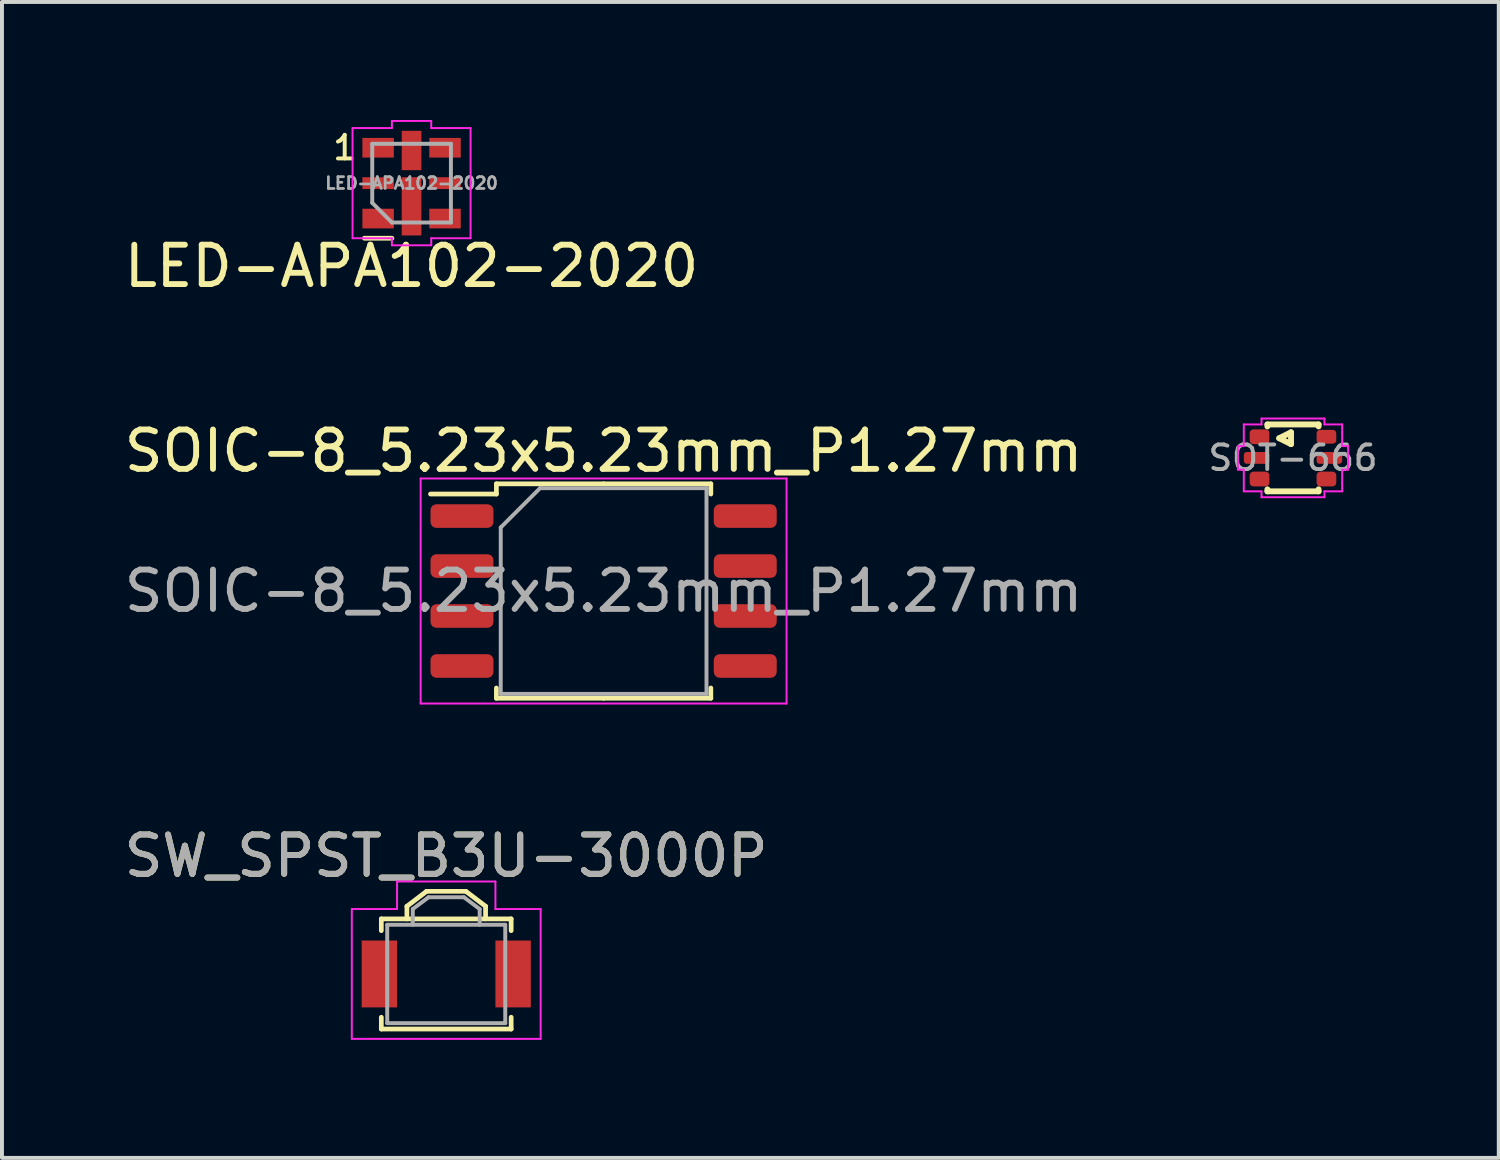
<source format=kicad_pcb>
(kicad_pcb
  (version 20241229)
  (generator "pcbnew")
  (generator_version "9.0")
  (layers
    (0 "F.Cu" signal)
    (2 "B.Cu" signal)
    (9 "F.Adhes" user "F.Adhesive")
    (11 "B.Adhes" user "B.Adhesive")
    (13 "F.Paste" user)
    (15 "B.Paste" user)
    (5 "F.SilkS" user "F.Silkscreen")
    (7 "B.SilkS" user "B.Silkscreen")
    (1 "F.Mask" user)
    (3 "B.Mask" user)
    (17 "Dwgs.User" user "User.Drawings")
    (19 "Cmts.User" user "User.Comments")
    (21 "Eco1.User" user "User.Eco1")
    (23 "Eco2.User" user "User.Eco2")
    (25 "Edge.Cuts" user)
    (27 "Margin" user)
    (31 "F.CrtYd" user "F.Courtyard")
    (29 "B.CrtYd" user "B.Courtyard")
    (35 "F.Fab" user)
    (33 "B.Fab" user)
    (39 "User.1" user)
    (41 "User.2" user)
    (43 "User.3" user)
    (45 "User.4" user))
  (footprint "LED-APA102-2020"
    (layer "F.Cu")
    (at 7.411 1.605)
    (property "Reference" "LED-APA102-2020" (at 0 2.11 0) (layer "F.SilkS") (effects (font (size 1 1) (thickness 0.15))))
    (attr smd)
    (fp_line (start -1.2 1.4) (end -0.5 1.4) (stroke (width 0.12) (type solid)) (layer "F.SilkS"))
    (fp_line (start -1.5 -1.4) (end -1.5 1.4) (stroke (width 0.05) (type solid)) (layer "F.CrtYd"))
    (fp_line (start -1.5 -1.4) (end -0.5 -1.4) (stroke (width 0.05) (type solid)) (layer "F.CrtYd"))
    (fp_line (start -0.5 -1.58) (end 0.5 -1.58) (stroke (width 0.05) (type solid)) (layer "F.CrtYd"))
    (fp_line (start -0.5 -1.4) (end -0.5 -1.58) (stroke (width 0.05) (type solid)) (layer "F.CrtYd"))
    (fp_line (start -0.5 1.4) (end -1.5 1.4) (stroke (width 0.05) (type solid)) (layer "F.CrtYd"))
    (fp_line (start -0.5 1.4) (end -0.5 1.58) (stroke (width 0.05) (type solid)) (layer "F.CrtYd"))
    (fp_line (start -0.5 1.58) (end 0.5 1.58) (stroke (width 0.05) (type solid)) (layer "F.CrtYd"))
    (fp_line (start 0.5 -1.58) (end 0.5 -1.4) (stroke (width 0.05) (type solid)) (layer "F.CrtYd"))
    (fp_line (start 0.5 -1.4) (end 1.5 -1.4) (stroke (width 0.05) (type solid)) (layer "F.CrtYd"))
    (fp_line (start 0.5 1.58) (end 0.5 1.4) (stroke (width 0.05) (type solid)) (layer "F.CrtYd"))
    (fp_line (start 1.5 -1.4) (end 1.5 1.4) (stroke (width 0.05) (type solid)) (layer "F.CrtYd"))
    (fp_line (start 1.5 1.4) (end 0.5 1.4) (stroke (width 0.05) (type solid)) (layer "F.CrtYd"))
    (fp_line (start -1 -1) (end 1 -1) (stroke (width 0.1) (type solid)) (layer "F.Fab"))
    (fp_line (start -1 0.5) (end -1 -1) (stroke (width 0.1) (type solid)) (layer "F.Fab"))
    (fp_line (start -1 0.5) (end -0.5 1) (stroke (width 0.1) (type solid)) (layer "F.Fab"))
    (fp_line (start 1 -1) (end 1 1) (stroke (width 0.1) (type solid)) (layer "F.Fab"))
    (fp_line (start 1 1) (end -0.5 1) (stroke (width 0.1) (type solid)) (layer "F.Fab"))
    (fp_text user "1" (at -1.7 -0.9 0) (layer "F.SilkS") (effects (font (size 0.6 0.6) (thickness 0.1))))
    (fp_text user "${REFERENCE}" (at 0 0 0) (layer "F.Fab") (effects (font (size 0.3 0.3) (thickness 0.07))))
    (pad "1" smd rect (at -0.85 -0.9) (size 0.8 0.5) (layers "F.Cu" "F.Mask" "F.Paste"))
    (pad "1" smd rect (at 0 -0.83 90) (size 1 0.5) (layers "F.Cu" "F.Mask" "F.Paste"))
    (pad "2" smd rect (at -0.85 0) (size 0.8 0.3) (layers "F.Cu" "F.Mask" "F.Paste"))
    (pad "3" smd rect (at -0.85 0.9) (size 0.8 0.5) (layers "F.Cu" "F.Mask" "F.Paste"))
    (pad "4" smd rect (at 0.85 0.9) (size 0.8 0.5) (layers "F.Cu" "F.Mask" "F.Paste"))
    (pad "5" smd rect (at 0.85 0) (size 0.8 0.3) (layers "F.Cu" "F.Mask" "F.Paste"))
    (pad "6" smd rect (at 0 0.59 90) (size 1.48 0.5) (layers "F.Cu" "F.Mask" "F.Paste"))
    (pad "6" smd rect (at 0.85 -0.9) (size 0.8 0.5) (layers "F.Cu" "F.Mask" "F.Paste")))
  (footprint "SW_SPST_B3U-3000P"
    (layer "F.Cu")
    (at 8.292 21.705)
    (property "Reference" "SW_SPST_B3U-3000P" (at 0 -3 0) (layer "F.SilkS") (effects (font (size 1 1) (thickness 0.15))))
    (attr smd)
    (fp_line (start -1.65 -1.4) (end 1.65 -1.4) (stroke (width 0.12) (type solid)) (layer "F.SilkS"))
    (fp_line (start -1.65 -1.1) (end -1.65 -1.4) (stroke (width 0.12) (type solid)) (layer "F.SilkS"))
    (fp_line (start -1.65 1.1) (end -1.65 1.4) (stroke (width 0.12) (type solid)) (layer "F.SilkS"))
    (fp_line (start -1.65 1.4) (end 1.65 1.4) (stroke (width 0.12) (type solid)) (layer "F.SilkS"))
    (fp_line (start -1 -1.72) (end -1 -1.4) (stroke (width 0.12) (type solid)) (layer "F.SilkS"))
    (fp_line (start -0.5 -2.1) (end -1 -1.72) (stroke (width 0.12) (type solid)) (layer "F.SilkS"))
    (fp_line (start -0.5 -2.1) (end 0.5 -2.1) (stroke (width 0.12) (type solid)) (layer "F.SilkS"))
    (fp_line (start 0.5 -2.1) (end 1 -1.72) (stroke (width 0.12) (type solid)) (layer "F.SilkS"))
    (fp_line (start 1 -1.72) (end 1 -1.4) (stroke (width 0.12) (type solid)) (layer "F.SilkS"))
    (fp_line (start 1.65 -1.4) (end 1.65 -1.1) (stroke (width 0.12) (type solid)) (layer "F.SilkS"))
    (fp_line (start 1.65 1.4) (end 1.65 1.1) (stroke (width 0.12) (type solid)) (layer "F.SilkS"))
    (fp_line (start -2.4 -1.65) (end -2.4 1.65) (stroke (width 0.05) (type solid)) (layer "F.CrtYd"))
    (fp_line (start -2.4 1.65) (end 2.4 1.65) (stroke (width 0.05) (type solid)) (layer "F.CrtYd"))
    (fp_line (start -1.25 -2.35) (end 1.25 -2.35) (stroke (width 0.05) (type solid)) (layer "F.CrtYd"))
    (fp_line (start -1.25 -1.65) (end -2.4 -1.65) (stroke (width 0.05) (type solid)) (layer "F.CrtYd"))
    (fp_line (start -1.25 -1.65) (end -1.25 -2.35) (stroke (width 0.05) (type solid)) (layer "F.CrtYd"))
    (fp_line (start 1.25 -2.35) (end 1.25 -1.65) (stroke (width 0.05) (type solid)) (layer "F.CrtYd"))
    (fp_line (start 1.25 -1.65) (end 2.4 -1.65) (stroke (width 0.05) (type solid)) (layer "F.CrtYd"))
    (fp_line (start 2.4 1.65) (end 2.4 -1.65) (stroke (width 0.05) (type solid)) (layer "F.CrtYd"))
    (fp_line (start -1.5 -1.25) (end 1.5 -1.25) (stroke (width 0.1) (type solid)) (layer "F.Fab"))
    (fp_line (start -1.5 1.25) (end -1.5 -1.25) (stroke (width 0.1) (type solid)) (layer "F.Fab"))
    (fp_line (start -0.85 -1.65) (end -0.45 -1.95) (stroke (width 0.1) (type solid)) (layer "F.Fab"))
    (fp_line (start -0.85 -1.25) (end -0.85 -1.65) (stroke (width 0.1) (type solid)) (layer "F.Fab"))
    (fp_line (start -0.45 -1.95) (end 0.45 -1.95) (stroke (width 0.1) (type solid)) (layer "F.Fab"))
    (fp_line (start 0.45 -1.95) (end 0.85 -1.65) (stroke (width 0.1) (type solid)) (layer "F.Fab"))
    (fp_line (start 0.85 -1.65) (end 0.85 -1.25) (stroke (width 0.1) (type solid)) (layer "F.Fab"))
    (fp_line (start 1.5 -1.25) (end 1.5 1.25) (stroke (width 0.1) (type solid)) (layer "F.Fab"))
    (fp_line (start 1.5 1.25) (end -1.5 1.25) (stroke (width 0.1) (type solid)) (layer "F.Fab"))
    (fp_text user "${REFERENCE}" (at 0 -3 0) (layer "F.Fab") (effects (font (size 1 1) (thickness 0.15))))
    (pad "1" smd rect (at -1.7 0) (size 0.9 1.7) (layers "F.Cu" "F.Mask" "F.Paste"))
    (pad "2" smd rect (at 1.7 0) (size 0.9 1.7) (layers "F.Cu" "F.Mask" "F.Paste")))
  (footprint "SOIC-8_5.23x5.23mm_P1.27mm"
    (layer "F.Cu")
    (at 12.292 11.972)
    (property "Reference" "SOIC-8_5.23x5.23mm_P1.27mm" (at 0 -3.56 0) (layer "F.SilkS") (effects (font (size 1 1) (thickness 0.15))))
    (attr smd)
    (fp_line (start -2.725 -2.725) (end -2.725 -2.465) (stroke (width 0.12) (type solid)) (layer "F.SilkS"))
    (fp_line (start -2.725 -2.465) (end -4.4 -2.465) (stroke (width 0.12) (type solid)) (layer "F.SilkS"))
    (fp_line (start -2.725 2.725) (end -2.725 2.465) (stroke (width 0.12) (type solid)) (layer "F.SilkS"))
    (fp_line (start 0 -2.725) (end -2.725 -2.725) (stroke (width 0.12) (type solid)) (layer "F.SilkS"))
    (fp_line (start 0 -2.725) (end 2.725 -2.725) (stroke (width 0.12) (type solid)) (layer "F.SilkS"))
    (fp_line (start 0 2.725) (end -2.725 2.725) (stroke (width 0.12) (type solid)) (layer "F.SilkS"))
    (fp_line (start 0 2.725) (end 2.725 2.725) (stroke (width 0.12) (type solid)) (layer "F.SilkS"))
    (fp_line (start 2.725 -2.725) (end 2.725 -2.465) (stroke (width 0.12) (type solid)) (layer "F.SilkS"))
    (fp_line (start 2.725 2.725) (end 2.725 2.465) (stroke (width 0.12) (type solid)) (layer "F.SilkS"))
    (fp_line (start -4.65 -2.86) (end -4.65 2.86) (stroke (width 0.05) (type solid)) (layer "F.CrtYd"))
    (fp_line (start -4.65 2.86) (end 4.65 2.86) (stroke (width 0.05) (type solid)) (layer "F.CrtYd"))
    (fp_line (start 4.65 -2.86) (end -4.65 -2.86) (stroke (width 0.05) (type solid)) (layer "F.CrtYd"))
    (fp_line (start 4.65 2.86) (end 4.65 -2.86) (stroke (width 0.05) (type solid)) (layer "F.CrtYd"))
    (fp_line (start -2.615 -1.615) (end -1.615 -2.615) (stroke (width 0.1) (type solid)) (layer "F.Fab"))
    (fp_line (start -2.615 2.615) (end -2.615 -1.615) (stroke (width 0.1) (type solid)) (layer "F.Fab"))
    (fp_line (start -1.615 -2.615) (end 2.615 -2.615) (stroke (width 0.1) (type solid)) (layer "F.Fab"))
    (fp_line (start 2.615 -2.615) (end 2.615 2.615) (stroke (width 0.1) (type solid)) (layer "F.Fab"))
    (fp_line (start 2.615 2.615) (end -2.615 2.615) (stroke (width 0.1) (type solid)) (layer "F.Fab"))
    (fp_text user "${REFERENCE}" (at 0 0 0) (layer "F.Fab") (effects (font (size 1 1) (thickness 0.15))))
    (pad "1" smd roundrect (at -3.6 -1.905) (size 1.6 0.6) (layers "F.Cu" "F.Mask" "F.Paste") (roundrect_rratio 0.25))
    (pad "2" smd roundrect (at -3.6 -0.635) (size 1.6 0.6) (layers "F.Cu" "F.Mask" "F.Paste") (roundrect_rratio 0.25))
    (pad "3" smd roundrect (at -3.6 0.635) (size 1.6 0.6) (layers "F.Cu" "F.Mask" "F.Paste") (roundrect_rratio 0.25))
    (pad "4" smd roundrect (at -3.6 1.905) (size 1.6 0.6) (layers "F.Cu" "F.Mask" "F.Paste") (roundrect_rratio 0.25))
    (pad "5" smd roundrect (at 3.6 1.905) (size 1.6 0.6) (layers "F.Cu" "F.Mask" "F.Paste") (roundrect_rratio 0.25))
    (pad "6" smd roundrect (at 3.6 0.635) (size 1.6 0.6) (layers "F.Cu" "F.Mask" "F.Paste") (roundrect_rratio 0.25))
    (pad "7" smd roundrect (at 3.6 -0.635) (size 1.6 0.6) (layers "F.Cu" "F.Mask" "F.Paste") (roundrect_rratio 0.25))
    (pad "8" smd roundrect (at 3.6 -1.905) (size 1.6 0.6) (layers "F.Cu" "F.Mask" "F.Paste") (roundrect_rratio 0.25)))
  (footprint "SOT-666"
    (layer "F.Cu")
    (at 29.814 8.588)
    (property "Reference" "SOT-666" (at 0 0 180) (layer "F.Fab") (effects (font (size 0.625 0.625) (thickness 0.1))))
    (attr smd)
    (fp_line (start -0.65 -0.85) (end 0.65 -0.85) (stroke (width 0.15) (type solid)) (layer "F.SilkS"))
    (fp_line (start -0.65 -0.8) (end -0.65 -0.85) (stroke (width 0.15) (type solid)) (layer "F.SilkS"))
    (fp_line (start -0.65 0.85) (end -0.65 0.8) (stroke (width 0.15) (type solid)) (layer "F.SilkS"))
    (fp_line (start -0.35 -0.5) (end -0.05 -0.65) (stroke (width 0.15) (type solid)) (layer "F.SilkS"))
    (fp_line (start -0.05 -0.65) (end -0.05 -0.35) (stroke (width 0.15) (type solid)) (layer "F.SilkS"))
    (fp_line (start -0.05 -0.35) (end -0.35 -0.5) (stroke (width 0.15) (type solid)) (layer "F.SilkS"))
    (fp_line (start 0.65 -0.85) (end 0.65 -0.8) (stroke (width 0.15) (type solid)) (layer "F.SilkS"))
    (fp_line (start 0.65 0.8) (end 0.65 0.85) (stroke (width 0.15) (type solid)) (layer "F.SilkS"))
    (fp_line (start 0.65 0.85) (end -0.65 0.85) (stroke (width 0.15) (type solid)) (layer "F.SilkS"))
    (fp_line (start -1.4 -0.3) (end -1.4 0.3) (stroke (width 0.05) (type solid)) (layer "F.CrtYd"))
    (fp_line (start -1.25 -0.85) (end -1.25 -0.3) (stroke (width 0.05) (type solid)) (layer "F.CrtYd"))
    (fp_line (start -1.25 -0.85) (end -0.8 -0.85) (stroke (width 0.05) (type solid)) (layer "F.CrtYd"))
    (fp_line (start -1.25 -0.3) (end -1.4 -0.3) (stroke (width 0.05) (type solid)) (layer "F.CrtYd"))
    (fp_line (start -1.25 0.3) (end -1.4 0.3) (stroke (width 0.05) (type solid)) (layer "F.CrtYd"))
    (fp_line (start -1.25 0.85) (end -1.25 0.3) (stroke (width 0.05) (type solid)) (layer "F.CrtYd"))
    (fp_line (start -0.8 -1) (end 0.8 -1) (stroke (width 0.05) (type solid)) (layer "F.CrtYd"))
    (fp_line (start -0.8 -0.85) (end -0.8 -1) (stroke (width 0.05) (type solid)) (layer "F.CrtYd"))
    (fp_line (start -0.8 0.85) (end -1.25 0.85) (stroke (width 0.05) (type solid)) (layer "F.CrtYd"))
    (fp_line (start -0.8 1) (end -0.8 0.85) (stroke (width 0.05) (type solid)) (layer "F.CrtYd"))
    (fp_line (start 0.8 -1) (end 0.8 -0.85) (stroke (width 0.05) (type solid)) (layer "F.CrtYd"))
    (fp_line (start 0.8 -0.85) (end 1.25 -0.85) (stroke (width 0.05) (type solid)) (layer "F.CrtYd"))
    (fp_line (start 0.8 0.85) (end 0.8 1) (stroke (width 0.05) (type solid)) (layer "F.CrtYd"))
    (fp_line (start 0.8 1) (end -0.8 1) (stroke (width 0.05) (type solid)) (layer "F.CrtYd"))
    (fp_line (start 1.25 -0.85) (end 1.25 -0.3) (stroke (width 0.05) (type solid)) (layer "F.CrtYd"))
    (fp_line (start 1.25 -0.3) (end 1.4 -0.3) (stroke (width 0.05) (type solid)) (layer "F.CrtYd"))
    (fp_line (start 1.25 0.3) (end 1.25 0.85) (stroke (width 0.05) (type solid)) (layer "F.CrtYd"))
    (fp_line (start 1.25 0.85) (end 0.8 0.85) (stroke (width 0.05) (type solid)) (layer "F.CrtYd"))
    (fp_line (start 1.4 -0.3) (end 1.4 0.3) (stroke (width 0.05) (type solid)) (layer "F.CrtYd"))
    (fp_line (start 1.4 0.3) (end 1.25 0.3) (stroke (width 0.05) (type solid)) (layer "F.CrtYd"))
    (pad "1" smd roundrect (at -0.85 -0.537 270) (size 0.375 0.5) (layers "F.Cu" "F.Mask" "F.Paste") (roundrect_rratio 0.25))
    (pad "2" smd roundrect (at -0.925 0 270) (size 0.3 0.65) (layers "F.Cu" "F.Mask" "F.Paste") (roundrect_rratio 0.25))
    (pad "3" smd roundrect (at -0.85 0.537 270) (size 0.375 0.5) (layers "F.Cu" "F.Mask" "F.Paste") (roundrect_rratio 0.25))
    (pad "4" smd roundrect (at 0.85 0.537 270) (size 0.375 0.5) (layers "F.Cu" "F.Mask" "F.Paste") (roundrect_rratio 0.25))
    (pad "5" smd roundrect (at 0.925 0 270) (size 0.3 0.65) (layers "F.Cu" "F.Mask" "F.Paste") (roundrect_rratio 0.25))
    (pad "6" smd roundrect (at 0.85 -0.537 270) (size 0.35 0.5) (layers "F.Cu" "F.Mask" "F.Paste") (roundrect_rratio 0.25)))
  (gr_rect
    (start -3 -3)
    (end 35.044 26.38)
    (stroke (width 0.1) (type default))
    (fill no)
    (layer "Edge.Cuts")))
</source>
